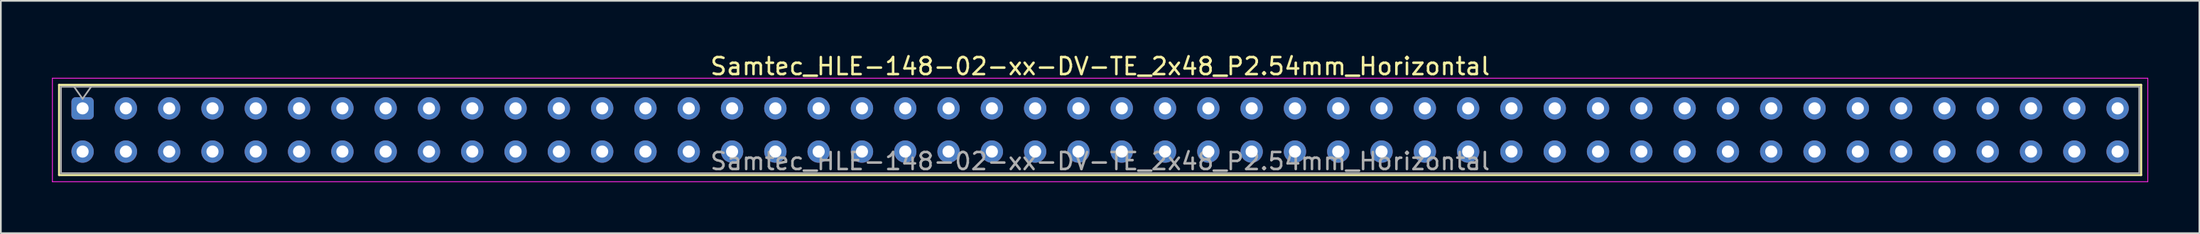
<source format=kicad_pcb>
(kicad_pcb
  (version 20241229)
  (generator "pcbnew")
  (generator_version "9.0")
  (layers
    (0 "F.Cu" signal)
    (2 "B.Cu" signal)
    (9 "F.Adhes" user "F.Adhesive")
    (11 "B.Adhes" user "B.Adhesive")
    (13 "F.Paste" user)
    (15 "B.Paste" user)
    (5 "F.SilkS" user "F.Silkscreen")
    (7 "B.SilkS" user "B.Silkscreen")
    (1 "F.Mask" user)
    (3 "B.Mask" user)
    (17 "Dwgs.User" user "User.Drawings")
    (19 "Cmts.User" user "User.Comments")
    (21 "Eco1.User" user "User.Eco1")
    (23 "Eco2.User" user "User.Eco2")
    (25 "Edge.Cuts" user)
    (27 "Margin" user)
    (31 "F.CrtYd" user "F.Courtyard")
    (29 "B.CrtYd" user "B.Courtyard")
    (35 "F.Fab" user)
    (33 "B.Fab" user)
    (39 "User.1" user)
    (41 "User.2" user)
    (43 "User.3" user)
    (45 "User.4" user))
  (footprint "Samtec_HLE-148-02-xx-DV-TE_2x48_P2.54mm_Horizontal"
    (layer "F.Cu")
    (at 1.795 3.318)
    (property "Reference" "Samtec_HLE-148-02-xx-DV-TE_2x48_P2.54mm_Horizontal" (at 59.69 -2.47 0) (layer "F.SilkS") (effects (font (size 1 1) (thickness 0.15))))
    (attr through_hole)
    (fp_line (start -1.38 -1.38) (end 120.76 -1.38) (stroke (width 0.12) (type solid)) (layer "F.SilkS"))
    (fp_line (start -1.38 3.92) (end -1.38 -1.38) (stroke (width 0.12) (type solid)) (layer "F.SilkS"))
    (fp_line (start 120.76 -1.38) (end 120.76 3.92) (stroke (width 0.12) (type solid)) (layer "F.SilkS"))
    (fp_line (start 120.76 3.92) (end -1.38 3.92) (stroke (width 0.12) (type solid)) (layer "F.SilkS"))
    (fp_line (start -1.77 -1.77) (end 121.15 -1.77) (stroke (width 0.05) (type solid)) (layer "F.CrtYd"))
    (fp_line (start -1.77 4.31) (end -1.77 -1.77) (stroke (width 0.05) (type solid)) (layer "F.CrtYd"))
    (fp_line (start 121.15 -1.77) (end 121.15 4.31) (stroke (width 0.05) (type solid)) (layer "F.CrtYd"))
    (fp_line (start 121.15 4.31) (end -1.77 4.31) (stroke (width 0.05) (type solid)) (layer "F.CrtYd"))
    (fp_line (start -1.27 -1.27) (end 120.65 -1.27) (stroke (width 0.1) (type solid)) (layer "F.Fab"))
    (fp_line (start -1.27 3.81) (end -1.27 -1.27) (stroke (width 0.1) (type solid)) (layer "F.Fab"))
    (fp_line (start -0.5 -1.27) (end 0 -0.563) (stroke (width 0.1) (type solid)) (layer "F.Fab"))
    (fp_line (start 0 -0.563) (end 0.5 -1.27) (stroke (width 0.1) (type solid)) (layer "F.Fab"))
    (fp_line (start 120.65 -1.27) (end 120.65 3.81) (stroke (width 0.1) (type solid)) (layer "F.Fab"))
    (fp_line (start 120.65 3.81) (end -1.27 3.81) (stroke (width 0.1) (type solid)) (layer "F.Fab"))
    (fp_text user "${REFERENCE}" (at 59.69 3.11 0) (layer "F.Fab") (effects (font (size 1 1) (thickness 0.15))))
    (pad "1" thru_hole roundrect (at 0 0) (size 1.31 1.31) (drill 0.71) (layers "*.Cu" "*.Mask") (roundrect_rratio 0.191))
    (pad "2" thru_hole circle (at 0 2.54) (size 1.31 1.31) (drill 0.71) (layers "*.Cu" "*.Mask"))
    (pad "3" thru_hole circle (at 2.54 0) (size 1.31 1.31) (drill 0.71) (layers "*.Cu" "*.Mask"))
    (pad "4" thru_hole circle (at 2.54 2.54) (size 1.31 1.31) (drill 0.71) (layers "*.Cu" "*.Mask"))
    (pad "5" thru_hole circle (at 5.08 0) (size 1.31 1.31) (drill 0.71) (layers "*.Cu" "*.Mask"))
    (pad "6" thru_hole circle (at 5.08 2.54) (size 1.31 1.31) (drill 0.71) (layers "*.Cu" "*.Mask"))
    (pad "7" thru_hole circle (at 7.62 0) (size 1.31 1.31) (drill 0.71) (layers "*.Cu" "*.Mask"))
    (pad "8" thru_hole circle (at 7.62 2.54) (size 1.31 1.31) (drill 0.71) (layers "*.Cu" "*.Mask"))
    (pad "9" thru_hole circle (at 10.16 0) (size 1.31 1.31) (drill 0.71) (layers "*.Cu" "*.Mask"))
    (pad "10" thru_hole circle (at 10.16 2.54) (size 1.31 1.31) (drill 0.71) (layers "*.Cu" "*.Mask"))
    (pad "11" thru_hole circle (at 12.7 0) (size 1.31 1.31) (drill 0.71) (layers "*.Cu" "*.Mask"))
    (pad "12" thru_hole circle (at 12.7 2.54) (size 1.31 1.31) (drill 0.71) (layers "*.Cu" "*.Mask"))
    (pad "13" thru_hole circle (at 15.24 0) (size 1.31 1.31) (drill 0.71) (layers "*.Cu" "*.Mask"))
    (pad "14" thru_hole circle (at 15.24 2.54) (size 1.31 1.31) (drill 0.71) (layers "*.Cu" "*.Mask"))
    (pad "15" thru_hole circle (at 17.78 0) (size 1.31 1.31) (drill 0.71) (layers "*.Cu" "*.Mask"))
    (pad "16" thru_hole circle (at 17.78 2.54) (size 1.31 1.31) (drill 0.71) (layers "*.Cu" "*.Mask"))
    (pad "17" thru_hole circle (at 20.32 0) (size 1.31 1.31) (drill 0.71) (layers "*.Cu" "*.Mask"))
    (pad "18" thru_hole circle (at 20.32 2.54) (size 1.31 1.31) (drill 0.71) (layers "*.Cu" "*.Mask"))
    (pad "19" thru_hole circle (at 22.86 0) (size 1.31 1.31) (drill 0.71) (layers "*.Cu" "*.Mask"))
    (pad "20" thru_hole circle (at 22.86 2.54) (size 1.31 1.31) (drill 0.71) (layers "*.Cu" "*.Mask"))
    (pad "21" thru_hole circle (at 25.4 0) (size 1.31 1.31) (drill 0.71) (layers "*.Cu" "*.Mask"))
    (pad "22" thru_hole circle (at 25.4 2.54) (size 1.31 1.31) (drill 0.71) (layers "*.Cu" "*.Mask"))
    (pad "23" thru_hole circle (at 27.94 0) (size 1.31 1.31) (drill 0.71) (layers "*.Cu" "*.Mask"))
    (pad "24" thru_hole circle (at 27.94 2.54) (size 1.31 1.31) (drill 0.71) (layers "*.Cu" "*.Mask"))
    (pad "25" thru_hole circle (at 30.48 0) (size 1.31 1.31) (drill 0.71) (layers "*.Cu" "*.Mask"))
    (pad "26" thru_hole circle (at 30.48 2.54) (size 1.31 1.31) (drill 0.71) (layers "*.Cu" "*.Mask"))
    (pad "27" thru_hole circle (at 33.02 0) (size 1.31 1.31) (drill 0.71) (layers "*.Cu" "*.Mask"))
    (pad "28" thru_hole circle (at 33.02 2.54) (size 1.31 1.31) (drill 0.71) (layers "*.Cu" "*.Mask"))
    (pad "29" thru_hole circle (at 35.56 0) (size 1.31 1.31) (drill 0.71) (layers "*.Cu" "*.Mask"))
    (pad "30" thru_hole circle (at 35.56 2.54) (size 1.31 1.31) (drill 0.71) (layers "*.Cu" "*.Mask"))
    (pad "31" thru_hole circle (at 38.1 0) (size 1.31 1.31) (drill 0.71) (layers "*.Cu" "*.Mask"))
    (pad "32" thru_hole circle (at 38.1 2.54) (size 1.31 1.31) (drill 0.71) (layers "*.Cu" "*.Mask"))
    (pad "33" thru_hole circle (at 40.64 0) (size 1.31 1.31) (drill 0.71) (layers "*.Cu" "*.Mask"))
    (pad "34" thru_hole circle (at 40.64 2.54) (size 1.31 1.31) (drill 0.71) (layers "*.Cu" "*.Mask"))
    (pad "35" thru_hole circle (at 43.18 0) (size 1.31 1.31) (drill 0.71) (layers "*.Cu" "*.Mask"))
    (pad "36" thru_hole circle (at 43.18 2.54) (size 1.31 1.31) (drill 0.71) (layers "*.Cu" "*.Mask"))
    (pad "37" thru_hole circle (at 45.72 0) (size 1.31 1.31) (drill 0.71) (layers "*.Cu" "*.Mask"))
    (pad "38" thru_hole circle (at 45.72 2.54) (size 1.31 1.31) (drill 0.71) (layers "*.Cu" "*.Mask"))
    (pad "39" thru_hole circle (at 48.26 0) (size 1.31 1.31) (drill 0.71) (layers "*.Cu" "*.Mask"))
    (pad "40" thru_hole circle (at 48.26 2.54) (size 1.31 1.31) (drill 0.71) (layers "*.Cu" "*.Mask"))
    (pad "41" thru_hole circle (at 50.8 0) (size 1.31 1.31) (drill 0.71) (layers "*.Cu" "*.Mask"))
    (pad "42" thru_hole circle (at 50.8 2.54) (size 1.31 1.31) (drill 0.71) (layers "*.Cu" "*.Mask"))
    (pad "43" thru_hole circle (at 53.34 0) (size 1.31 1.31) (drill 0.71) (layers "*.Cu" "*.Mask"))
    (pad "44" thru_hole circle (at 53.34 2.54) (size 1.31 1.31) (drill 0.71) (layers "*.Cu" "*.Mask"))
    (pad "45" thru_hole circle (at 55.88 0) (size 1.31 1.31) (drill 0.71) (layers "*.Cu" "*.Mask"))
    (pad "46" thru_hole circle (at 55.88 2.54) (size 1.31 1.31) (drill 0.71) (layers "*.Cu" "*.Mask"))
    (pad "47" thru_hole circle (at 58.42 0) (size 1.31 1.31) (drill 0.71) (layers "*.Cu" "*.Mask"))
    (pad "48" thru_hole circle (at 58.42 2.54) (size 1.31 1.31) (drill 0.71) (layers "*.Cu" "*.Mask"))
    (pad "49" thru_hole circle (at 60.96 0) (size 1.31 1.31) (drill 0.71) (layers "*.Cu" "*.Mask"))
    (pad "50" thru_hole circle (at 60.96 2.54) (size 1.31 1.31) (drill 0.71) (layers "*.Cu" "*.Mask"))
    (pad "51" thru_hole circle (at 63.5 0) (size 1.31 1.31) (drill 0.71) (layers "*.Cu" "*.Mask"))
    (pad "52" thru_hole circle (at 63.5 2.54) (size 1.31 1.31) (drill 0.71) (layers "*.Cu" "*.Mask"))
    (pad "53" thru_hole circle (at 66.04 0) (size 1.31 1.31) (drill 0.71) (layers "*.Cu" "*.Mask"))
    (pad "54" thru_hole circle (at 66.04 2.54) (size 1.31 1.31) (drill 0.71) (layers "*.Cu" "*.Mask"))
    (pad "55" thru_hole circle (at 68.58 0) (size 1.31 1.31) (drill 0.71) (layers "*.Cu" "*.Mask"))
    (pad "56" thru_hole circle (at 68.58 2.54) (size 1.31 1.31) (drill 0.71) (layers "*.Cu" "*.Mask"))
    (pad "57" thru_hole circle (at 71.12 0) (size 1.31 1.31) (drill 0.71) (layers "*.Cu" "*.Mask"))
    (pad "58" thru_hole circle (at 71.12 2.54) (size 1.31 1.31) (drill 0.71) (layers "*.Cu" "*.Mask"))
    (pad "59" thru_hole circle (at 73.66 0) (size 1.31 1.31) (drill 0.71) (layers "*.Cu" "*.Mask"))
    (pad "60" thru_hole circle (at 73.66 2.54) (size 1.31 1.31) (drill 0.71) (layers "*.Cu" "*.Mask"))
    (pad "61" thru_hole circle (at 76.2 0) (size 1.31 1.31) (drill 0.71) (layers "*.Cu" "*.Mask"))
    (pad "62" thru_hole circle (at 76.2 2.54) (size 1.31 1.31) (drill 0.71) (layers "*.Cu" "*.Mask"))
    (pad "63" thru_hole circle (at 78.74 0) (size 1.31 1.31) (drill 0.71) (layers "*.Cu" "*.Mask"))
    (pad "64" thru_hole circle (at 78.74 2.54) (size 1.31 1.31) (drill 0.71) (layers "*.Cu" "*.Mask"))
    (pad "65" thru_hole circle (at 81.28 0) (size 1.31 1.31) (drill 0.71) (layers "*.Cu" "*.Mask"))
    (pad "66" thru_hole circle (at 81.28 2.54) (size 1.31 1.31) (drill 0.71) (layers "*.Cu" "*.Mask"))
    (pad "67" thru_hole circle (at 83.82 0) (size 1.31 1.31) (drill 0.71) (layers "*.Cu" "*.Mask"))
    (pad "68" thru_hole circle (at 83.82 2.54) (size 1.31 1.31) (drill 0.71) (layers "*.Cu" "*.Mask"))
    (pad "69" thru_hole circle (at 86.36 0) (size 1.31 1.31) (drill 0.71) (layers "*.Cu" "*.Mask"))
    (pad "70" thru_hole circle (at 86.36 2.54) (size 1.31 1.31) (drill 0.71) (layers "*.Cu" "*.Mask"))
    (pad "71" thru_hole circle (at 88.9 0) (size 1.31 1.31) (drill 0.71) (layers "*.Cu" "*.Mask"))
    (pad "72" thru_hole circle (at 88.9 2.54) (size 1.31 1.31) (drill 0.71) (layers "*.Cu" "*.Mask"))
    (pad "73" thru_hole circle (at 91.44 0) (size 1.31 1.31) (drill 0.71) (layers "*.Cu" "*.Mask"))
    (pad "74" thru_hole circle (at 91.44 2.54) (size 1.31 1.31) (drill 0.71) (layers "*.Cu" "*.Mask"))
    (pad "75" thru_hole circle (at 93.98 0) (size 1.31 1.31) (drill 0.71) (layers "*.Cu" "*.Mask"))
    (pad "76" thru_hole circle (at 93.98 2.54) (size 1.31 1.31) (drill 0.71) (layers "*.Cu" "*.Mask"))
    (pad "77" thru_hole circle (at 96.52 0) (size 1.31 1.31) (drill 0.71) (layers "*.Cu" "*.Mask"))
    (pad "78" thru_hole circle (at 96.52 2.54) (size 1.31 1.31) (drill 0.71) (layers "*.Cu" "*.Mask"))
    (pad "79" thru_hole circle (at 99.06 0) (size 1.31 1.31) (drill 0.71) (layers "*.Cu" "*.Mask"))
    (pad "80" thru_hole circle (at 99.06 2.54) (size 1.31 1.31) (drill 0.71) (layers "*.Cu" "*.Mask"))
    (pad "81" thru_hole circle (at 101.6 0) (size 1.31 1.31) (drill 0.71) (layers "*.Cu" "*.Mask"))
    (pad "82" thru_hole circle (at 101.6 2.54) (size 1.31 1.31) (drill 0.71) (layers "*.Cu" "*.Mask"))
    (pad "83" thru_hole circle (at 104.14 0) (size 1.31 1.31) (drill 0.71) (layers "*.Cu" "*.Mask"))
    (pad "84" thru_hole circle (at 104.14 2.54) (size 1.31 1.31) (drill 0.71) (layers "*.Cu" "*.Mask"))
    (pad "85" thru_hole circle (at 106.68 0) (size 1.31 1.31) (drill 0.71) (layers "*.Cu" "*.Mask"))
    (pad "86" thru_hole circle (at 106.68 2.54) (size 1.31 1.31) (drill 0.71) (layers "*.Cu" "*.Mask"))
    (pad "87" thru_hole circle (at 109.22 0) (size 1.31 1.31) (drill 0.71) (layers "*.Cu" "*.Mask"))
    (pad "88" thru_hole circle (at 109.22 2.54) (size 1.31 1.31) (drill 0.71) (layers "*.Cu" "*.Mask"))
    (pad "89" thru_hole circle (at 111.76 0) (size 1.31 1.31) (drill 0.71) (layers "*.Cu" "*.Mask"))
    (pad "90" thru_hole circle (at 111.76 2.54) (size 1.31 1.31) (drill 0.71) (layers "*.Cu" "*.Mask"))
    (pad "91" thru_hole circle (at 114.3 0) (size 1.31 1.31) (drill 0.71) (layers "*.Cu" "*.Mask"))
    (pad "92" thru_hole circle (at 114.3 2.54) (size 1.31 1.31) (drill 0.71) (layers "*.Cu" "*.Mask"))
    (pad "93" thru_hole circle (at 116.84 0) (size 1.31 1.31) (drill 0.71) (layers "*.Cu" "*.Mask"))
    (pad "94" thru_hole circle (at 116.84 2.54) (size 1.31 1.31) (drill 0.71) (layers "*.Cu" "*.Mask"))
    (pad "95" thru_hole circle (at 119.38 0) (size 1.31 1.31) (drill 0.71) (layers "*.Cu" "*.Mask"))
    (pad "96" thru_hole circle (at 119.38 2.54) (size 1.31 1.31) (drill 0.71) (layers "*.Cu" "*.Mask")))
  (gr_rect
    (start -3 -3)
    (end 125.97 10.653)
    (stroke (width 0.1) (type default))
    (fill no)
    (layer "Edge.Cuts")))
</source>
